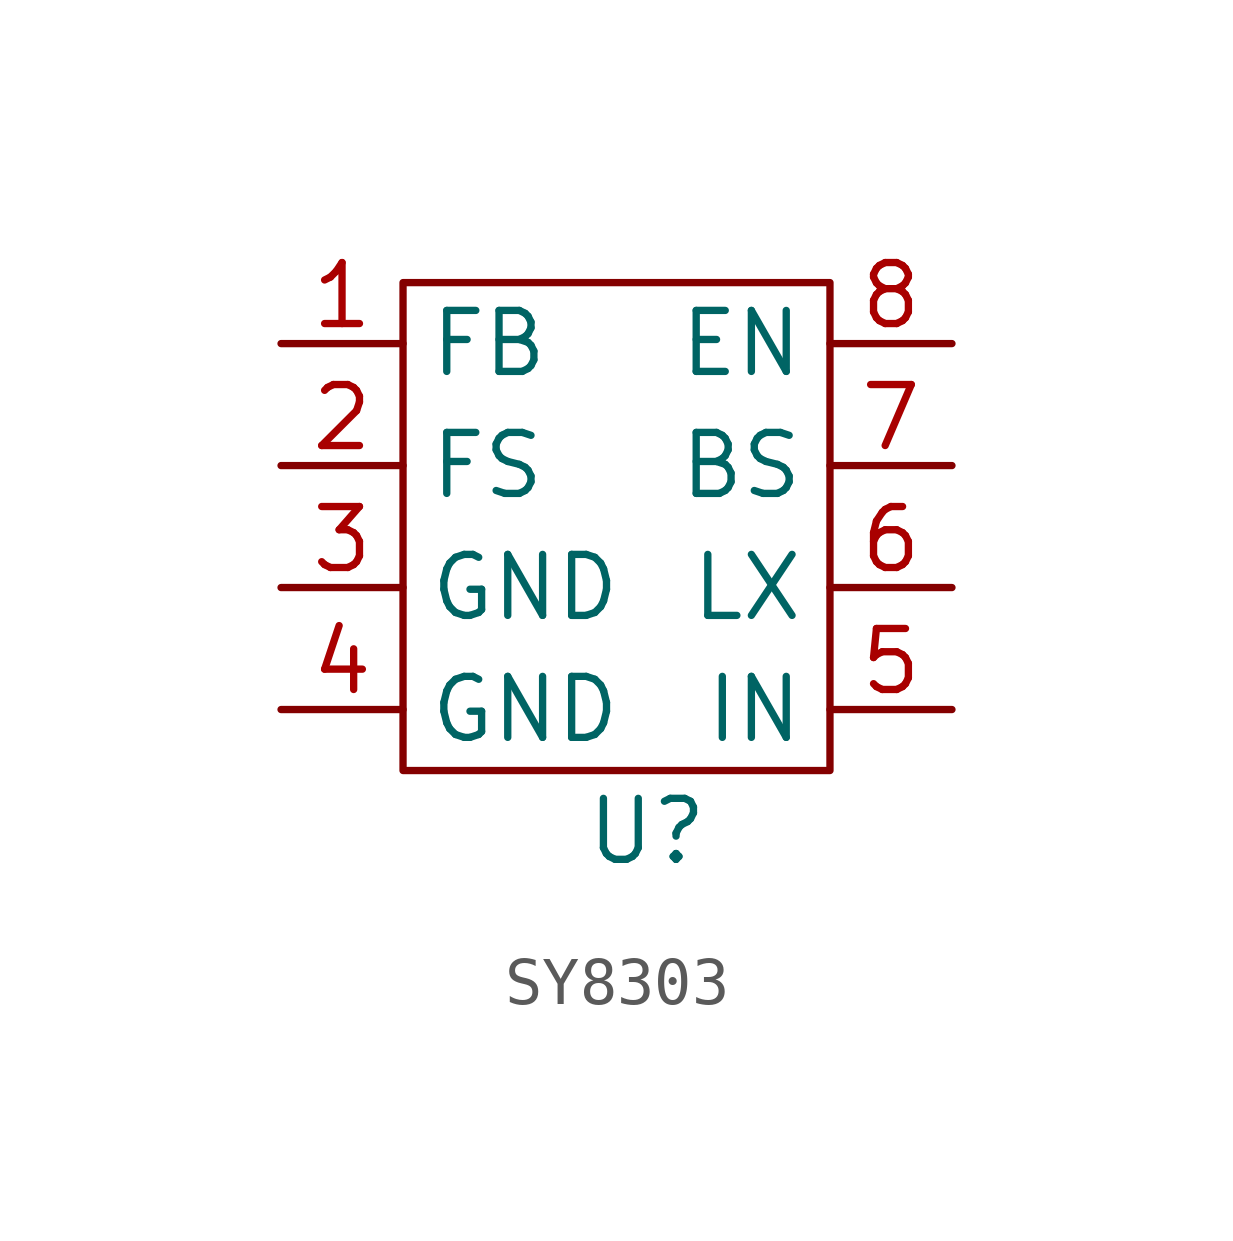
<source format=kicad_sym>
(kicad_symbol_lib
  (version 20220914)
  (generator kicad_symbol_editor)
  (symbol "SY8303"
    (property "Reference" "U"
      (at 0 -3.81 0)
      (effects (font (size 1.27 1.27))))
    (property "Value" ""
      (at 0 0 0)
      (effects (font (size 1.27 1.27))))
    (symbol "SY8303_1_1"
      (rectangle (start -5.08 7.62) (end 3.81 -2.54) (stroke (width 0) (type default)) (fill (type none)))
      (pin input line (at -7.62 6.35 0) (length 2.54) (name "FB" (effects (font (size 1.27 1.27)))) (number "1" (effects (font (size 1.27 1.27)))))
      (pin input line (at -7.62 3.81 0) (length 2.54) (name "FS" (effects (font (size 1.27 1.27)))) (number "2" (effects (font (size 1.27 1.27)))))
      (pin input line (at -7.62 1.27 0) (length 2.54) (name "GND" (effects (font (size 1.27 1.27)))) (number "3" (effects (font (size 1.27 1.27)))))
      (pin input line (at -7.62 -1.27 0) (length 2.54) (name "GND" (effects (font (size 1.27 1.27)))) (number "4" (effects (font (size 1.27 1.27)))))
      (pin input line (at 6.35 -1.27 180) (length 2.54) (name "IN" (effects (font (size 1.27 1.27)))) (number "5" (effects (font (size 1.27 1.27)))))
      (pin input line (at 6.35 1.27 180) (length 2.54) (name "LX" (effects (font (size 1.27 1.27)))) (number "6" (effects (font (size 1.27 1.27)))))
      (pin input line (at 6.35 3.81 180) (length 2.54) (name "BS" (effects (font (size 1.27 1.27)))) (number "7" (effects (font (size 1.27 1.27)))))
      (pin input line (at 6.35 6.35 180) (length 2.54) (name "EN" (effects (font (size 1.27 1.27)))) (number "8" (effects (font (size 1.27 1.27))))))))
</source>
